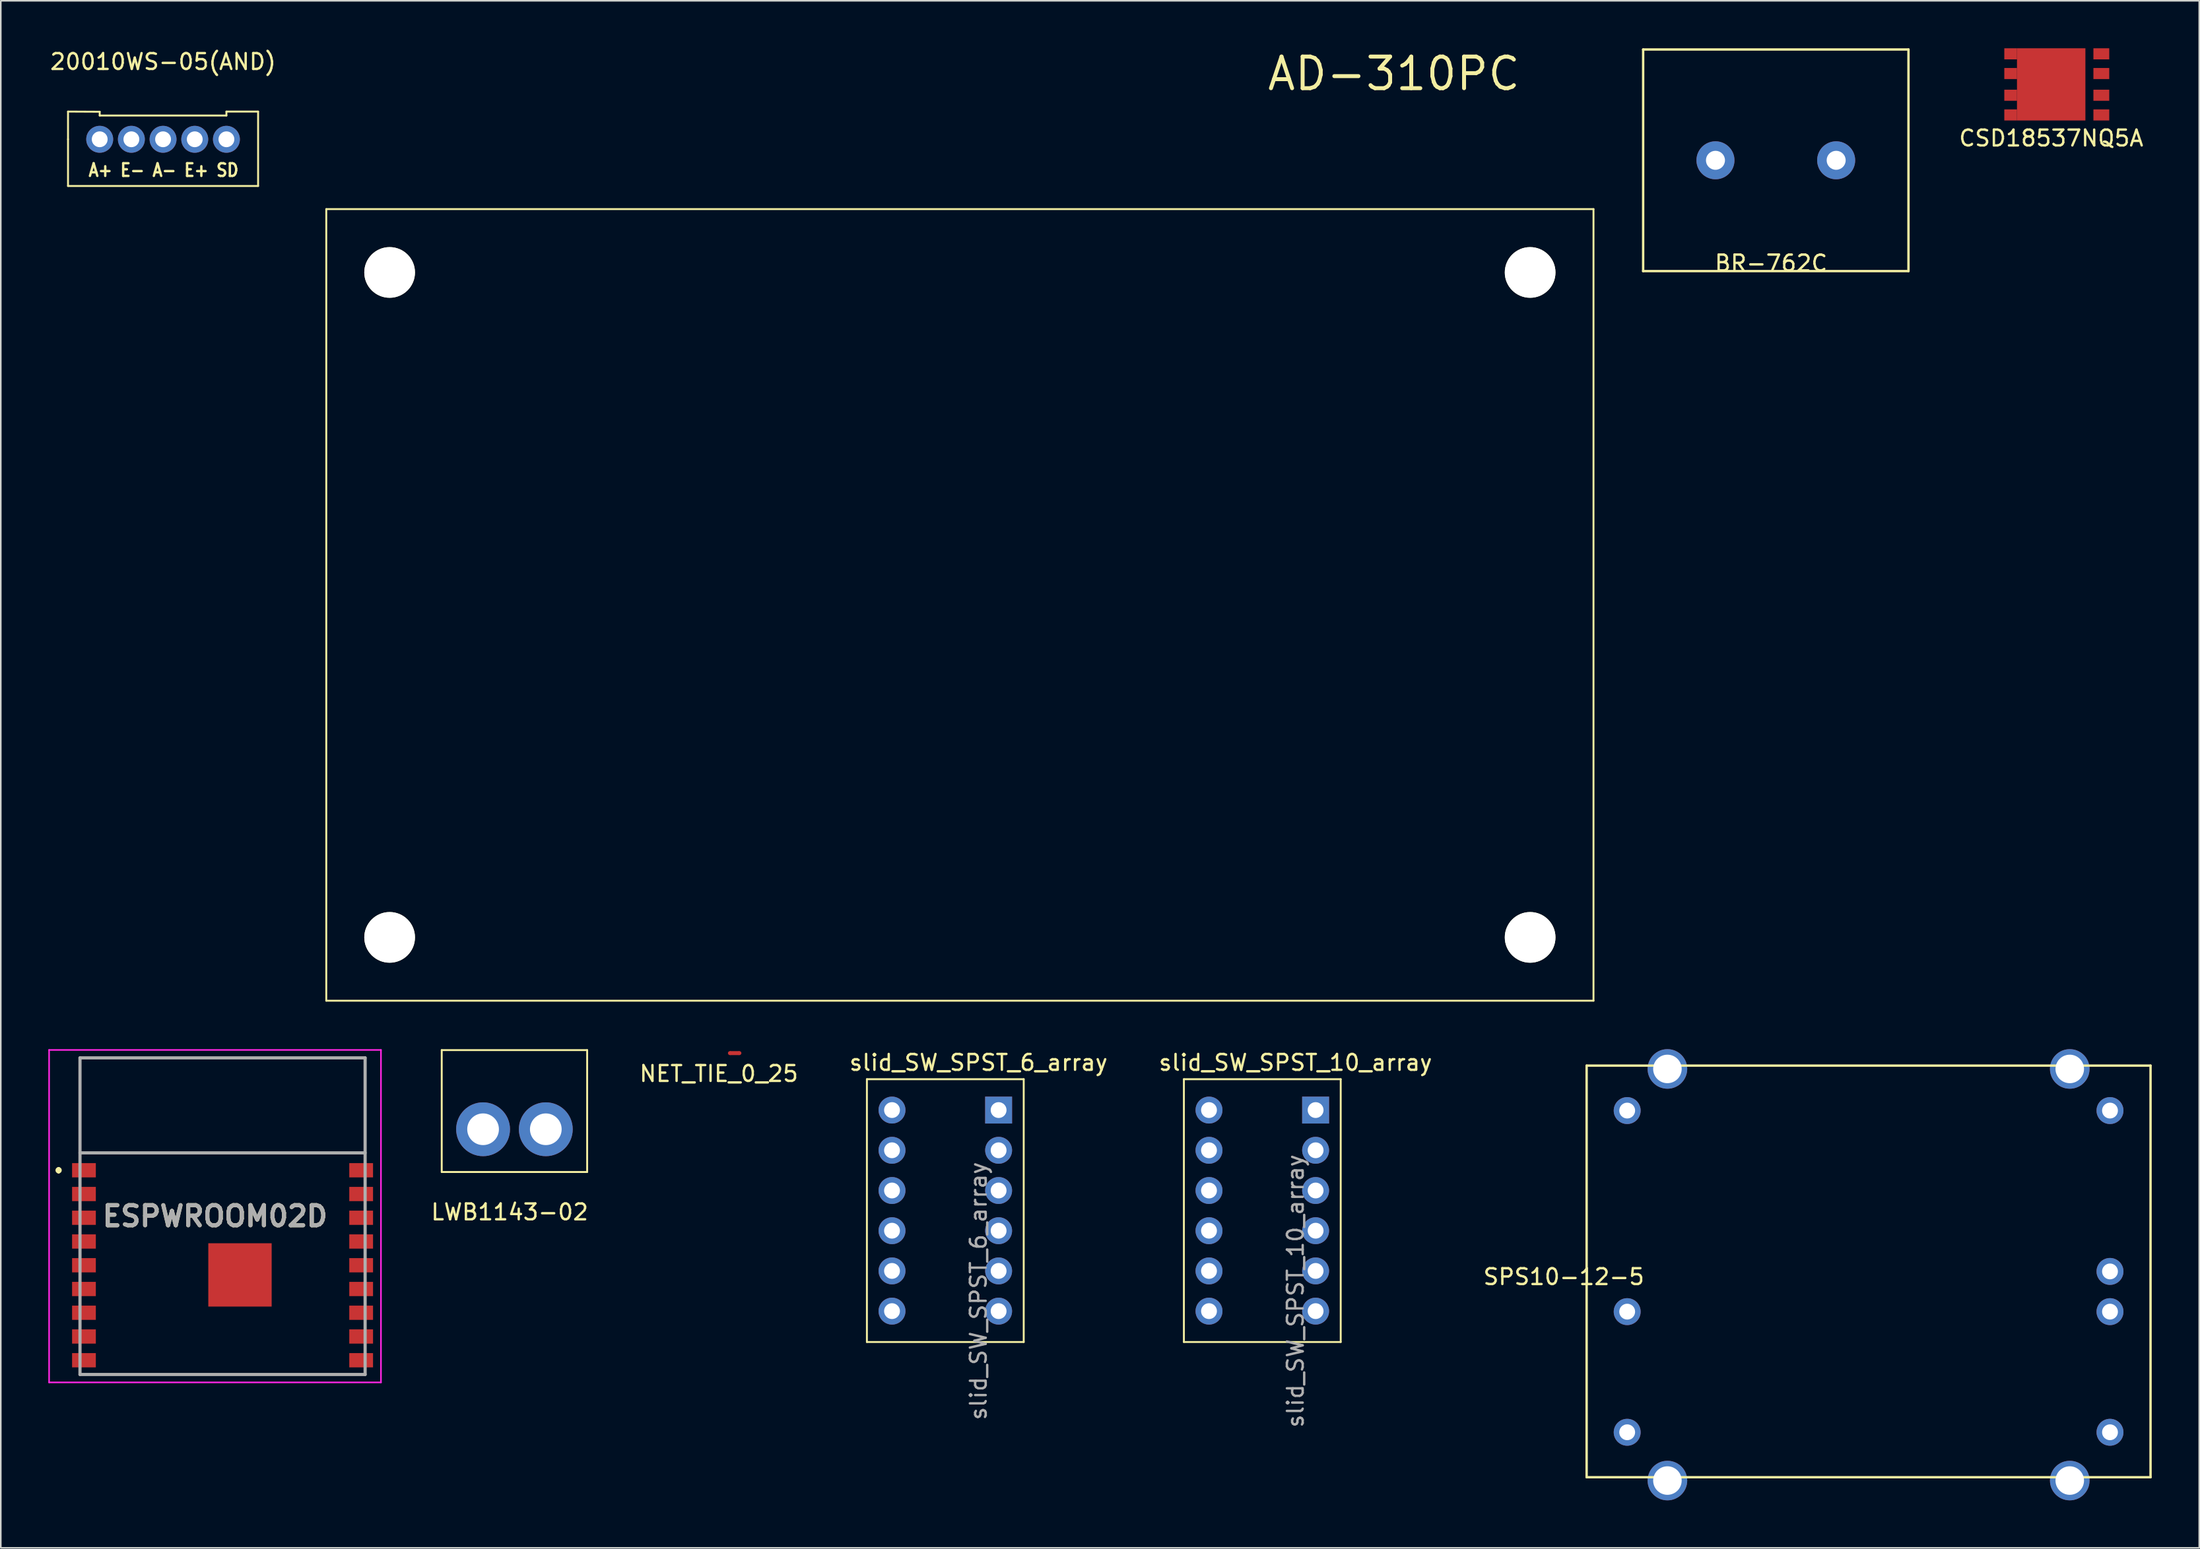
<source format=kicad_pcb>
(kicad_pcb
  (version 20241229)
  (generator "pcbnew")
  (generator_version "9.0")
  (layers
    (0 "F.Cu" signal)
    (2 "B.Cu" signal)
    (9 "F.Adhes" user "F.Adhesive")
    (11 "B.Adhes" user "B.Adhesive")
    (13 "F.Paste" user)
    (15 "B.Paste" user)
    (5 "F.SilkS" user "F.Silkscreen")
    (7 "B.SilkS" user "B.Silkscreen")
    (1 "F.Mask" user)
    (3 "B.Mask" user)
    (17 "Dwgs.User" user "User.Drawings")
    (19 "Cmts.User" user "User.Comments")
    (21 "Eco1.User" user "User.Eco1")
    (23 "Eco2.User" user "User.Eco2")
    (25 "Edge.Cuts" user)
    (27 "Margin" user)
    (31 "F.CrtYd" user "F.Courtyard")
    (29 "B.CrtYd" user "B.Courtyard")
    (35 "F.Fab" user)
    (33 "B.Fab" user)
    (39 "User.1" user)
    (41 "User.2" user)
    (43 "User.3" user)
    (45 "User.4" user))
  (footprint "CSD18537NQ5A"
    (layer "F.Cu")
    (at 126.443 2.28)
    (property "Reference" "CSD18537NQ5A" (at 0 3.4 0) (layer "F.SilkS") (effects (font (size 1 1) (thickness 0.15))))
    (attr through_hole)
    (pad "1" smd rect (at -2.56 -1.93) (size 0.8 0.7) (layers "F.Cu" "F.Mask" "F.Paste"))
    (pad "1" smd rect (at -2.56 -0.685) (size 0.8 0.7) (layers "F.Cu" "F.Mask" "F.Paste"))
    (pad "1" smd rect (at -2.56 0.685) (size 0.8 0.7) (layers "F.Cu" "F.Mask" "F.Paste"))
    (pad "1" smd rect (at -2.56 1.93) (size 0.8 0.7) (layers "F.Cu" "F.Mask" "F.Paste"))
    (pad "1" smd rect (at 0 0) (size 4.32 4.56) (layers "F.Cu" "F.Mask" "F.Paste"))
    (pad "2" smd rect (at 3.165 -1.93) (size 1 0.7) (layers "F.Cu" "F.Mask" "F.Paste"))
    (pad "3" smd rect (at 3.165 -0.685) (size 1 0.7) (layers "F.Cu" "F.Mask" "F.Paste"))
    (pad "3" smd rect (at 3.165 0.685) (size 1 0.7) (layers "F.Cu" "F.Mask" "F.Paste"))
    (pad "3" smd rect (at 3.165 1.93) (size 1 0.7) (layers "F.Cu" "F.Mask" "F.Paste")))
  (footprint "BR-762C"
    (layer "F.Cu")
    (at 109.058 7.075)
    (property "Reference" "BR-762C" (at -0.3 6.5 0) (layer "F.SilkS") (effects (font (size 1 1) (thickness 0.15))))
    (attr through_hole)
    (fp_line (start -8.375 -7) (end 8.375 -7) (stroke (width 0.15) (type solid)) (layer "F.SilkS"))
    (fp_line (start -8.375 7) (end -8.375 -7) (stroke (width 0.15) (type solid)) (layer "F.SilkS"))
    (fp_line (start 8.375 -7) (end 8.375 7) (stroke (width 0.15) (type solid)) (layer "F.SilkS"))
    (fp_line (start 8.375 7) (end -8.375 7) (stroke (width 0.15) (type solid)) (layer "F.SilkS"))
    (pad "1" thru_hole circle (at -3.81 0) (size 2.4 2.4) (drill 1.2) (layers "*.Cu" "*.Mask"))
    (pad "2" thru_hole circle (at 3.81 0) (size 2.4 2.4) (drill 1.2) (layers "*.Cu" "*.Mask")))
  (footprint "SPS10-12-5"
    (layer "F.Cu")
    (at 114.915 77.259)
    (property "Reference" "SPS10-12-5" (at -19.24 0.34 0) (layer "F.SilkS") (effects (font (size 1 1) (thickness 0.15))))
    (attr through_hole)
    (fp_line (start -17.8 -13) (end 17.8 -13) (stroke (width 0.15) (type solid)) (layer "F.SilkS"))
    (fp_line (start -17.8 13) (end -17.8 -13) (stroke (width 0.15) (type solid)) (layer "F.SilkS"))
    (fp_line (start 17.8 -13) (end 17.8 13) (stroke (width 0.15) (type solid)) (layer "F.SilkS"))
    (fp_line (start 17.8 13) (end -17.8 13) (stroke (width 0.15) (type solid)) (layer "F.SilkS"))
    (pad "1" thru_hole circle (at -15.24 -10.16) (size 1.7 1.7) (drill 1) (layers "*.Cu" "*.Mask"))
    (pad "2" thru_hole circle (at -15.24 2.54) (size 1.7 1.7) (drill 1) (layers "*.Cu" "*.Mask"))
    (pad "3" thru_hole circle (at -15.24 10.16) (size 1.7 1.7) (drill 1) (layers "*.Cu" "*.Mask"))
    (pad "4" thru_hole circle (at 15.24 10.16) (size 1.7 1.7) (drill 1) (layers "*.Cu" "*.Mask"))
    (pad "5" thru_hole circle (at 15.24 2.54) (size 1.7 1.7) (drill 1) (layers "*.Cu" "*.Mask"))
    (pad "6" thru_hole circle (at 15.24 0) (size 1.7 1.7) (drill 1) (layers "*.Cu" "*.Mask"))
    (pad "7" thru_hole circle (at 15.24 -10.16) (size 1.7 1.7) (drill 1) (layers "*.Cu" "*.Mask"))
    (pad "SH" thru_hole circle (at -12.7 -12.79) (size 2.5 2.5) (drill 1.8) (layers "*.Cu" "*.Mask"))
    (pad "SH" thru_hole circle (at -12.7 13.21) (size 2.5 2.5) (drill 1.8) (layers "*.Cu" "*.Mask"))
    (pad "SH" thru_hole circle (at 12.7 -12.79) (size 2.5 2.5) (drill 1.8) (layers "*.Cu" "*.Mask"))
    (pad "SH" thru_hole circle (at 12.7 13.21) (size 2.5 2.5) (drill 1.8) (layers "*.Cu" "*.Mask")))
  (footprint "ESPWROOM02D"
    (layer "F.Cu")
    (at 10.275 73.769)
    (property "Reference" "ESPWROOM02D" (at 0.25 0 0) (layer "F.SilkS") (effects (font (size 1.27 1.27) (thickness 0.254))))
    (attr smd)
    (fp_line (start -9.625 -3) (end -9.625 -3) (stroke (width 0.2) (type solid)) (layer "F.SilkS"))
    (fp_line (start -9.625 -2.8) (end -9.625 -2.8) (stroke (width 0.2) (type solid)) (layer "F.SilkS"))
    (fp_line (start -8.275 -10) (end 9.725 -10) (stroke (width 0.1) (type solid)) (layer "F.SilkS"))
    (fp_line (start -8.275 -4) (end -8.275 -10) (stroke (width 0.1) (type solid)) (layer "F.SilkS"))
    (fp_line (start -8.275 10) (end 9.725 10) (stroke (width 0.1) (type solid)) (layer "F.SilkS"))
    (fp_line (start 9.725 -10) (end 9.725 -4) (stroke (width 0.1) (type solid)) (layer "F.SilkS"))
    (fp_arc (start -9.625 -3) (mid -9.525 -2.9) (end -9.625 -2.8) (stroke (width 0.2) (type solid)) (layer "F.SilkS"))
    (fp_arc (start -9.625 -2.8) (mid -9.725 -2.9) (end -9.625 -3) (stroke (width 0.2) (type solid)) (layer "F.SilkS"))
    (fp_line (start -10.225 -10.5) (end 10.725 -10.5) (stroke (width 0.1) (type solid)) (layer "F.CrtYd"))
    (fp_line (start -10.225 10.5) (end -10.225 -10.5) (stroke (width 0.1) (type solid)) (layer "F.CrtYd"))
    (fp_line (start 10.725 -10.5) (end 10.725 10.5) (stroke (width 0.1) (type solid)) (layer "F.CrtYd"))
    (fp_line (start 10.725 10.5) (end -10.225 10.5) (stroke (width 0.1) (type solid)) (layer "F.CrtYd"))
    (fp_line (start -8.275 -10) (end 9.725 -10) (stroke (width 0.2) (type solid)) (layer "F.Fab"))
    (fp_line (start -8.275 -4) (end 9.725 -4) (stroke (width 0.2) (type solid)) (layer "F.Fab"))
    (fp_line (start -8.275 10) (end -8.275 -10) (stroke (width 0.2) (type solid)) (layer "F.Fab"))
    (fp_line (start 9.725 -10) (end 9.725 10) (stroke (width 0.2) (type solid)) (layer "F.Fab"))
    (fp_line (start 9.725 10) (end -8.275 10) (stroke (width 0.2) (type solid)) (layer "F.Fab"))
    (fp_text user "${REFERENCE}" (at 0.25 0 0) (layer "F.Fab") (effects (font (size 1.27 1.27) (thickness 0.254))))
    (pad "1" smd rect (at -8.025 -2.9 90) (size 0.9 1.5) (layers "F.Cu" "F.Mask" "F.Paste"))
    (pad "2" smd rect (at -8.025 -1.4 90) (size 0.9 1.5) (layers "F.Cu" "F.Mask" "F.Paste"))
    (pad "3" smd rect (at -8.025 0.1 90) (size 0.9 1.5) (layers "F.Cu" "F.Mask" "F.Paste"))
    (pad "4" smd rect (at -8.025 1.6 90) (size 0.9 1.5) (layers "F.Cu" "F.Mask" "F.Paste"))
    (pad "5" smd rect (at -8.025 3.1 90) (size 0.9 1.5) (layers "F.Cu" "F.Mask" "F.Paste"))
    (pad "6" smd rect (at -8.025 4.6 90) (size 0.9 1.5) (layers "F.Cu" "F.Mask" "F.Paste"))
    (pad "7" smd rect (at -8.025 6.1 90) (size 0.9 1.5) (layers "F.Cu" "F.Mask" "F.Paste"))
    (pad "8" smd rect (at -8.025 7.6 90) (size 0.9 1.5) (layers "F.Cu" "F.Mask" "F.Paste"))
    (pad "9" smd rect (at -8.025 9.1 90) (size 0.9 1.5) (layers "F.Cu" "F.Mask" "F.Paste"))
    (pad "10" smd rect (at 9.475 9.1 90) (size 0.9 1.5) (layers "F.Cu" "F.Mask" "F.Paste"))
    (pad "11" smd rect (at 9.475 7.6 90) (size 0.9 1.5) (layers "F.Cu" "F.Mask" "F.Paste"))
    (pad "12" smd rect (at 9.475 6.1 90) (size 0.9 1.5) (layers "F.Cu" "F.Mask" "F.Paste"))
    (pad "13" smd rect (at 9.475 4.6 90) (size 0.9 1.5) (layers "F.Cu" "F.Mask" "F.Paste"))
    (pad "14" smd rect (at 9.475 3.1 90) (size 0.9 1.5) (layers "F.Cu" "F.Mask" "F.Paste"))
    (pad "15" smd rect (at 9.475 1.6 90) (size 0.9 1.5) (layers "F.Cu" "F.Mask" "F.Paste"))
    (pad "16" smd rect (at 9.475 0.1 90) (size 0.9 1.5) (layers "F.Cu" "F.Mask" "F.Paste"))
    (pad "17" smd rect (at 9.475 -1.4 90) (size 0.9 1.5) (layers "F.Cu" "F.Mask" "F.Paste"))
    (pad "18" smd rect (at 9.475 -2.9 90) (size 0.9 1.5) (layers "F.Cu" "F.Mask" "F.Paste"))
    (pad "19" smd rect (at 1.825 3.71) (size 4 4) (layers "F.Cu" "F.Mask" "F.Paste")))
  (footprint "slid_SW_SPST_6_array"
    (layer "F.Cu")
    (at 59.993 67.067)
    (property "Reference" "slid_SW_SPST_6_array" (at -1.27 -3 0) (layer "F.SilkS") (effects (font (size 1 1) (thickness 0.15))))
    (attr through_hole)
    (fp_line (start -8.315 -1.95) (end -8.315 14.65) (stroke (width 0.12) (type solid)) (layer "F.SilkS"))
    (fp_line (start -8.315 -1.95) (end 1.585 -1.95) (stroke (width 0.12) (type solid)) (layer "F.SilkS"))
    (fp_line (start -8.315 14.65) (end 1.585 14.65) (stroke (width 0.12) (type solid)) (layer "F.SilkS"))
    (fp_line (start 1.585 -1.95) (end 1.585 14.65) (stroke (width 0.12) (type solid)) (layer "F.SilkS"))
    (fp_text user "${REFERENCE}" (at -1.27 11.43 90) (layer "F.Fab") (effects (font (size 1 1) (thickness 0.15))))
    (pad "1" thru_hole oval (at -6.73 0) (size 1.7 1.7) (drill 1) (layers "*.Cu" "*.Mask"))
    (pad "2" thru_hole oval (at -6.73 2.54) (size 1.7 1.7) (drill 1) (layers "*.Cu" "*.Mask"))
    (pad "3" thru_hole oval (at -6.73 5.08) (size 1.7 1.7) (drill 1) (layers "*.Cu" "*.Mask"))
    (pad "4" thru_hole oval (at -6.73 7.62) (size 1.7 1.7) (drill 1) (layers "*.Cu" "*.Mask"))
    (pad "5" thru_hole oval (at -6.73 10.16) (size 1.7 1.7) (drill 1) (layers "*.Cu" "*.Mask"))
    (pad "6" thru_hole oval (at -6.73 12.7) (size 1.7 1.7) (drill 1) (layers "*.Cu" "*.Mask"))
    (pad "7" thru_hole rect (at 0 0) (size 1.7 1.7) (drill 1) (layers "*.Cu" "*.Mask"))
    (pad "8" thru_hole oval (at 0 2.54) (size 1.7 1.7) (drill 1) (layers "*.Cu" "*.Mask"))
    (pad "9" thru_hole oval (at 0 5.08) (size 1.7 1.7) (drill 1) (layers "*.Cu" "*.Mask"))
    (pad "10" thru_hole oval (at 0 7.62) (size 1.7 1.7) (drill 1) (layers "*.Cu" "*.Mask"))
    (pad "11" thru_hole oval (at 0 10.16) (size 1.7 1.7) (drill 1) (layers "*.Cu" "*.Mask"))
    (pad "12" thru_hole oval (at 0 12.7) (size 1.7 1.7) (drill 1) (layers "*.Cu" "*.Mask")))
  (footprint "AD-310PC"
    (layer "F.Cu")
    (at 57.548 35.159)
    (property "Reference" "AD-310PC" (at 27.4 -33.55 0) (layer "F.SilkS") (effects (font (size 2 2) (thickness 0.25))))
    (attr through_hole)
    (fp_line (start -40 -25) (end -40 25) (stroke (width 0.12) (type solid)) (layer "F.SilkS"))
    (fp_line (start -40 25) (end 40 25) (stroke (width 0.12) (type solid)) (layer "F.SilkS"))
    (fp_line (start 40 -25) (end -40 -25) (stroke (width 0.12) (type solid)) (layer "F.SilkS"))
    (fp_line (start 40 25) (end 40 -25) (stroke (width 0.12) (type solid)) (layer "F.SilkS"))
    (pad "" np_thru_hole circle (at -36 -21) (size 3.2 3.2) (drill 3.2) (layers "*.Cu" "*.Mask" "F.SilkS"))
    (pad "" np_thru_hole circle (at -36 21) (size 3.2 3.2) (drill 3.2) (layers "*.Cu" "*.Mask" "F.SilkS"))
    (pad "" np_thru_hole circle (at 36 -21) (size 3.2 3.2) (drill 3.2) (layers "*.Cu" "*.Mask" "F.SilkS"))
    (pad "" np_thru_hole circle (at 36 21) (size 3.2 3.2) (drill 3.2) (layers "*.Cu" "*.Mask" "F.SilkS")))
  (footprint "LWB1143-02"
    (layer "F.Cu")
    (at 29.427 68.279)
    (property "Reference" "LWB1143-02" (at -0.3 5.23 0) (layer "F.SilkS") (effects (font (size 1 1) (thickness 0.15))))
    (attr through_hole)
    (fp_line (start -4.59 -5) (end 4.59 -5) (stroke (width 0.12) (type solid)) (layer "F.SilkS"))
    (fp_line (start -4.59 2.7) (end -4.59 -5) (stroke (width 0.12) (type solid)) (layer "F.SilkS"))
    (fp_line (start -4.59 2.7) (end 4.59 2.7) (stroke (width 0.12) (type solid)) (layer "F.SilkS"))
    (fp_line (start 4.59 2.7) (end 4.59 -5) (stroke (width 0.12) (type solid)) (layer "F.SilkS"))
    (pad "1" thru_hole circle (at -1.98 0) (size 3.4 3.4) (drill 2) (layers "*.Cu" "*.Mask"))
    (pad "2" thru_hole circle (at 1.98 0) (size 3.4 3.4) (drill 2) (layers "*.Cu" "*.Mask")))
  (footprint "NET_TIE_0_25"
    (layer "F.Cu")
    (at 43.33 63.469)
    (property "Reference" "NET_TIE_0_25" (at -1 1.3 0) (layer "F.SilkS") (effects (font (size 1 1) (thickness 0.15))))
    (attr through_hole)
    (fp_poly (pts (xy -0.3 -0.125) (xy 0.3 -0.125) (xy 0.3 0.125) (xy -0.3 0.125)) (stroke (width 0) (type solid)) (fill yes) (layer "F.Cu"))
    (pad "1" smd circle (at -0.3 0 90) (size 0.25 0.25) (layers "F.Cu"))
    (pad "2" smd circle (at 0.3 0) (size 0.25 0.25) (layers "F.Cu")))
  (footprint "20010WS-05(AND)"
    (layer "F.Cu")
    (at 7.244 5.748)
    (property "Reference" "20010WS-05(AND)" (at 0 -4.9 180) (layer "F.SilkS") (effects (font (size 1 1) (thickness 0.15))))
    (attr through_hole)
    (fp_line (start -6 -1.75) (end -6 0) (stroke (width 0.12) (type solid)) (layer "F.SilkS"))
    (fp_line (start -6 -1.75) (end -4 -1.74) (stroke (width 0.12) (type solid)) (layer "F.SilkS"))
    (fp_line (start -6 0) (end -6 2.95) (stroke (width 0.12) (type solid)) (layer "F.SilkS"))
    (fp_line (start -6 2.95) (end 6 2.95) (stroke (width 0.12) (type solid)) (layer "F.SilkS"))
    (fp_line (start -4 -1.74) (end -4 -1.5) (stroke (width 0.12) (type solid)) (layer "F.SilkS"))
    (fp_line (start -4 -1.5) (end 4 -1.5) (stroke (width 0.12) (type solid)) (layer "F.SilkS"))
    (fp_line (start 4 -1.75) (end 6 -1.75) (stroke (width 0.12) (type solid)) (layer "F.SilkS"))
    (fp_line (start 4 -1.5) (end 4 -1.75) (stroke (width 0.12) (type solid)) (layer "F.SilkS"))
    (fp_line (start 6 2.95) (end 6 -1.75) (stroke (width 0.12) (type solid)) (layer "F.SilkS"))
    (fp_text user "A+ E- A- E+ SD " (at 0.3 1.95 0) (layer "F.SilkS") (effects (font (size 0.8 0.7) (thickness 0.15))))
    (pad "1" thru_hole circle (at 4 0 180) (size 1.7 1.7) (drill 1) (layers "*.Cu" "*.Mask"))
    (pad "2" thru_hole circle (at 2 0 180) (size 1.7 1.7) (drill 1) (layers "*.Cu" "*.Mask"))
    (pad "3" thru_hole circle (at 0 0 180) (size 1.7 1.7) (drill 1) (layers "*.Cu" "*.Mask"))
    (pad "4" thru_hole circle (at -2 0 180) (size 1.7 1.7) (drill 1) (layers "*.Cu" "*.Mask"))
    (pad "5" thru_hole circle (at -4 0 180) (size 1.7 1.7) (drill 1) (layers "*.Cu" "*.Mask")))
  (footprint "slid_SW_SPST_10_array"
    (layer "F.Cu")
    (at 80.005 67.067)
    (property "Reference" "slid_SW_SPST_10_array" (at -1.27 -3 0) (layer "F.SilkS") (effects (font (size 1 1) (thickness 0.15))))
    (attr through_hole)
    (fp_line (start -8.315 -1.95) (end -8.315 14.65) (stroke (width 0.12) (type solid)) (layer "F.SilkS"))
    (fp_line (start -8.315 -1.95) (end 1.585 -1.95) (stroke (width 0.12) (type solid)) (layer "F.SilkS"))
    (fp_line (start -8.315 14.65) (end 1.585 14.65) (stroke (width 0.12) (type solid)) (layer "F.SilkS"))
    (fp_line (start 1.585 -1.95) (end 1.585 14.65) (stroke (width 0.12) (type solid)) (layer "F.SilkS"))
    (fp_text user "${REFERENCE}" (at -1.27 11.43 90) (layer "F.Fab") (effects (font (size 1 1) (thickness 0.15))))
    (pad "1" thru_hole oval (at -6.73 0) (size 1.7 1.7) (drill 1) (layers "*.Cu" "*.Mask"))
    (pad "2" thru_hole oval (at -6.73 2.54) (size 1.7 1.7) (drill 1) (layers "*.Cu" "*.Mask"))
    (pad "3" thru_hole oval (at -6.73 5.08) (size 1.7 1.7) (drill 1) (layers "*.Cu" "*.Mask"))
    (pad "4" thru_hole oval (at -6.73 7.62) (size 1.7 1.7) (drill 1) (layers "*.Cu" "*.Mask"))
    (pad "5" thru_hole oval (at -6.73 10.16) (size 1.7 1.7) (drill 1) (layers "*.Cu" "*.Mask"))
    (pad "6" thru_hole oval (at -6.73 12.7) (size 1.7 1.7) (drill 1) (layers "*.Cu" "*.Mask"))
    (pad "7" thru_hole rect (at 0 0) (size 1.7 1.7) (drill 1) (layers "*.Cu" "*.Mask"))
    (pad "8" thru_hole oval (at 0 2.54) (size 1.7 1.7) (drill 1) (layers "*.Cu" "*.Mask"))
    (pad "9" thru_hole oval (at 0 5.08) (size 1.7 1.7) (drill 1) (layers "*.Cu" "*.Mask"))
    (pad "10" thru_hole oval (at 0 7.62) (size 1.7 1.7) (drill 1) (layers "*.Cu" "*.Mask"))
    (pad "11" thru_hole oval (at 0 10.16) (size 1.7 1.7) (drill 1) (layers "*.Cu" "*.Mask"))
    (pad "12" thru_hole oval (at 0 12.7) (size 1.7 1.7) (drill 1) (layers "*.Cu" "*.Mask")))
  (gr_rect
    (start -3 -3)
    (end 135.79 94.719)
    (stroke (width 0.1) (type default))
    (fill no)
    (layer "Edge.Cuts")))
</source>
